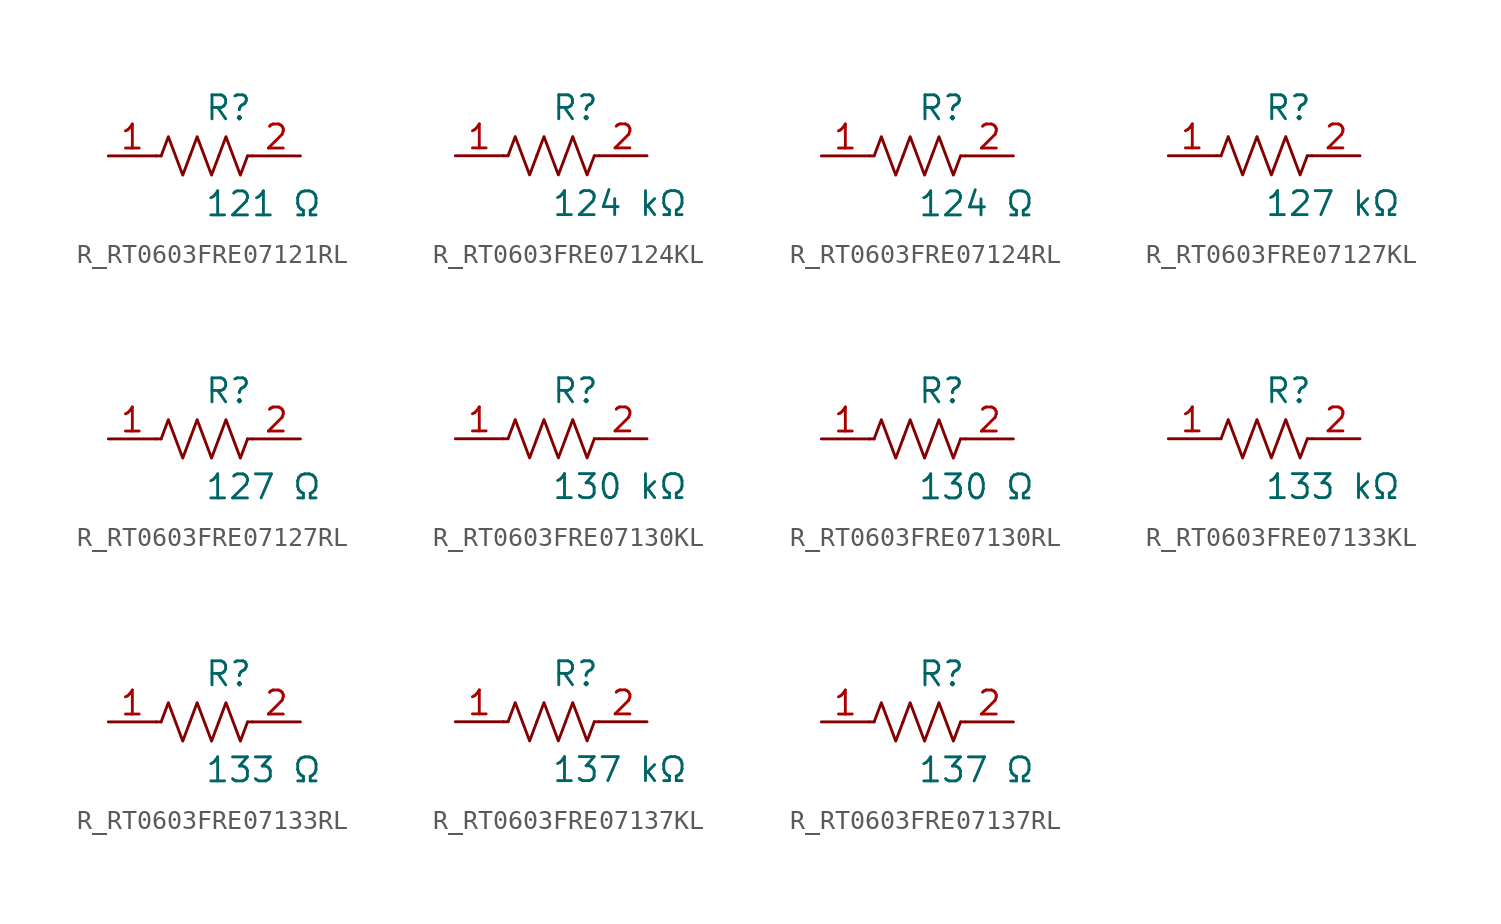
<source format=kicad_sym>
(kicad_symbol_lib
  (version 20231120)
  (generator kicad_symbol_editor)
  (generator_version 8.0)
  (symbol "R_RT0603FRE07121RL"
    (pin_names
      (offset 0.254))
    (property "Reference" "R"
      (at 0.0 2.54 0)
      (effects (font (size 1.27 1.27)) (justify left)))
    (property "Value" "121 Ω"
      (at 0.0 -2.54 0)
      (effects (font (size 1.27 1.27)) (justify left)))
    (symbol "R_RT0603FRE07121RL_0_1"
      (polyline (pts (xy 2.286 0) (xy 2.54 0)) (stroke (width 0) (type default)) (fill (type none)))
      (polyline (pts (xy -2.286 0) (xy -2.54 0)) (stroke (width 0) (type default)) (fill (type none)))
      (polyline (pts (xy 0.762 0) (xy 1.143 1.016) (xy 1.524 0) (xy 1.905 -1.016) (xy 2.286 0)) (stroke (width 0) (type default)) (fill (type none)))
      (polyline (pts (xy -0.762 0) (xy -0.381 1.016) (xy 0 0) (xy 0.381 -1.016) (xy 0.762 0)) (stroke (width 0) (type default)) (fill (type none)))
      (polyline (pts (xy -2.286 0) (xy -1.905 1.016) (xy -1.524 0) (xy -1.143 -1.016) (xy -0.762 0)) (stroke (width 0) (type default)) (fill (type none))))
    (pin unspecified line
      (at -5.08 0 0)
      (length 2.54)
      (name "" (effects (font (size 1.27 1.27))))
      (number "1" (effects (font (size 1.27 1.27)))))
    (pin unspecified line
      (at 5.08 0 180)
      (length 2.54)
      (name "" (effects (font (size 1.27 1.27))))
      (number "2" (effects (font (size 1.27 1.27))))))
  (symbol "R_RT0603FRE07124KL"
    (pin_names
      (offset 0.254))
    (property "Reference" "R"
      (at 0.0 2.54 0)
      (effects (font (size 1.27 1.27)) (justify left)))
    (property "Value" "124 kΩ"
      (at 0.0 -2.54 0)
      (effects (font (size 1.27 1.27)) (justify left)))
    (symbol "R_RT0603FRE07124KL_0_1"
      (polyline (pts (xy 2.286 0) (xy 2.54 0)) (stroke (width 0) (type default)) (fill (type none)))
      (polyline (pts (xy -2.286 0) (xy -2.54 0)) (stroke (width 0) (type default)) (fill (type none)))
      (polyline (pts (xy 0.762 0) (xy 1.143 1.016) (xy 1.524 0) (xy 1.905 -1.016) (xy 2.286 0)) (stroke (width 0) (type default)) (fill (type none)))
      (polyline (pts (xy -0.762 0) (xy -0.381 1.016) (xy 0 0) (xy 0.381 -1.016) (xy 0.762 0)) (stroke (width 0) (type default)) (fill (type none)))
      (polyline (pts (xy -2.286 0) (xy -1.905 1.016) (xy -1.524 0) (xy -1.143 -1.016) (xy -0.762 0)) (stroke (width 0) (type default)) (fill (type none))))
    (pin unspecified line
      (at -5.08 0 0)
      (length 2.54)
      (name "" (effects (font (size 1.27 1.27))))
      (number "1" (effects (font (size 1.27 1.27)))))
    (pin unspecified line
      (at 5.08 0 180)
      (length 2.54)
      (name "" (effects (font (size 1.27 1.27))))
      (number "2" (effects (font (size 1.27 1.27))))))
  (symbol "R_RT0603FRE07124RL"
    (pin_names
      (offset 0.254))
    (property "Reference" "R"
      (at 0.0 2.54 0)
      (effects (font (size 1.27 1.27)) (justify left)))
    (property "Value" "124 Ω"
      (at 0.0 -2.54 0)
      (effects (font (size 1.27 1.27)) (justify left)))
    (symbol "R_RT0603FRE07124RL_0_1"
      (polyline (pts (xy 2.286 0) (xy 2.54 0)) (stroke (width 0) (type default)) (fill (type none)))
      (polyline (pts (xy -2.286 0) (xy -2.54 0)) (stroke (width 0) (type default)) (fill (type none)))
      (polyline (pts (xy 0.762 0) (xy 1.143 1.016) (xy 1.524 0) (xy 1.905 -1.016) (xy 2.286 0)) (stroke (width 0) (type default)) (fill (type none)))
      (polyline (pts (xy -0.762 0) (xy -0.381 1.016) (xy 0 0) (xy 0.381 -1.016) (xy 0.762 0)) (stroke (width 0) (type default)) (fill (type none)))
      (polyline (pts (xy -2.286 0) (xy -1.905 1.016) (xy -1.524 0) (xy -1.143 -1.016) (xy -0.762 0)) (stroke (width 0) (type default)) (fill (type none))))
    (pin unspecified line
      (at -5.08 0 0)
      (length 2.54)
      (name "" (effects (font (size 1.27 1.27))))
      (number "1" (effects (font (size 1.27 1.27)))))
    (pin unspecified line
      (at 5.08 0 180)
      (length 2.54)
      (name "" (effects (font (size 1.27 1.27))))
      (number "2" (effects (font (size 1.27 1.27))))))
  (symbol "R_RT0603FRE07127KL"
    (pin_names
      (offset 0.254))
    (property "Reference" "R"
      (at 0.0 2.54 0)
      (effects (font (size 1.27 1.27)) (justify left)))
    (property "Value" "127 kΩ"
      (at 0.0 -2.54 0)
      (effects (font (size 1.27 1.27)) (justify left)))
    (symbol "R_RT0603FRE07127KL_0_1"
      (polyline (pts (xy 2.286 0) (xy 2.54 0)) (stroke (width 0) (type default)) (fill (type none)))
      (polyline (pts (xy -2.286 0) (xy -2.54 0)) (stroke (width 0) (type default)) (fill (type none)))
      (polyline (pts (xy 0.762 0) (xy 1.143 1.016) (xy 1.524 0) (xy 1.905 -1.016) (xy 2.286 0)) (stroke (width 0) (type default)) (fill (type none)))
      (polyline (pts (xy -0.762 0) (xy -0.381 1.016) (xy 0 0) (xy 0.381 -1.016) (xy 0.762 0)) (stroke (width 0) (type default)) (fill (type none)))
      (polyline (pts (xy -2.286 0) (xy -1.905 1.016) (xy -1.524 0) (xy -1.143 -1.016) (xy -0.762 0)) (stroke (width 0) (type default)) (fill (type none))))
    (pin unspecified line
      (at -5.08 0 0)
      (length 2.54)
      (name "" (effects (font (size 1.27 1.27))))
      (number "1" (effects (font (size 1.27 1.27)))))
    (pin unspecified line
      (at 5.08 0 180)
      (length 2.54)
      (name "" (effects (font (size 1.27 1.27))))
      (number "2" (effects (font (size 1.27 1.27))))))
  (symbol "R_RT0603FRE07127RL"
    (pin_names
      (offset 0.254))
    (property "Reference" "R"
      (at 0.0 2.54 0)
      (effects (font (size 1.27 1.27)) (justify left)))
    (property "Value" "127 Ω"
      (at 0.0 -2.54 0)
      (effects (font (size 1.27 1.27)) (justify left)))
    (symbol "R_RT0603FRE07127RL_0_1"
      (polyline (pts (xy 2.286 0) (xy 2.54 0)) (stroke (width 0) (type default)) (fill (type none)))
      (polyline (pts (xy -2.286 0) (xy -2.54 0)) (stroke (width 0) (type default)) (fill (type none)))
      (polyline (pts (xy 0.762 0) (xy 1.143 1.016) (xy 1.524 0) (xy 1.905 -1.016) (xy 2.286 0)) (stroke (width 0) (type default)) (fill (type none)))
      (polyline (pts (xy -0.762 0) (xy -0.381 1.016) (xy 0 0) (xy 0.381 -1.016) (xy 0.762 0)) (stroke (width 0) (type default)) (fill (type none)))
      (polyline (pts (xy -2.286 0) (xy -1.905 1.016) (xy -1.524 0) (xy -1.143 -1.016) (xy -0.762 0)) (stroke (width 0) (type default)) (fill (type none))))
    (pin unspecified line
      (at -5.08 0 0)
      (length 2.54)
      (name "" (effects (font (size 1.27 1.27))))
      (number "1" (effects (font (size 1.27 1.27)))))
    (pin unspecified line
      (at 5.08 0 180)
      (length 2.54)
      (name "" (effects (font (size 1.27 1.27))))
      (number "2" (effects (font (size 1.27 1.27))))))
  (symbol "R_RT0603FRE07130KL"
    (pin_names
      (offset 0.254))
    (property "Reference" "R"
      (at 0.0 2.54 0)
      (effects (font (size 1.27 1.27)) (justify left)))
    (property "Value" "130 kΩ"
      (at 0.0 -2.54 0)
      (effects (font (size 1.27 1.27)) (justify left)))
    (symbol "R_RT0603FRE07130KL_0_1"
      (polyline (pts (xy 2.286 0) (xy 2.54 0)) (stroke (width 0) (type default)) (fill (type none)))
      (polyline (pts (xy -2.286 0) (xy -2.54 0)) (stroke (width 0) (type default)) (fill (type none)))
      (polyline (pts (xy 0.762 0) (xy 1.143 1.016) (xy 1.524 0) (xy 1.905 -1.016) (xy 2.286 0)) (stroke (width 0) (type default)) (fill (type none)))
      (polyline (pts (xy -0.762 0) (xy -0.381 1.016) (xy 0 0) (xy 0.381 -1.016) (xy 0.762 0)) (stroke (width 0) (type default)) (fill (type none)))
      (polyline (pts (xy -2.286 0) (xy -1.905 1.016) (xy -1.524 0) (xy -1.143 -1.016) (xy -0.762 0)) (stroke (width 0) (type default)) (fill (type none))))
    (pin unspecified line
      (at -5.08 0 0)
      (length 2.54)
      (name "" (effects (font (size 1.27 1.27))))
      (number "1" (effects (font (size 1.27 1.27)))))
    (pin unspecified line
      (at 5.08 0 180)
      (length 2.54)
      (name "" (effects (font (size 1.27 1.27))))
      (number "2" (effects (font (size 1.27 1.27))))))
  (symbol "R_RT0603FRE07130RL"
    (pin_names
      (offset 0.254))
    (property "Reference" "R"
      (at 0.0 2.54 0)
      (effects (font (size 1.27 1.27)) (justify left)))
    (property "Value" "130 Ω"
      (at 0.0 -2.54 0)
      (effects (font (size 1.27 1.27)) (justify left)))
    (symbol "R_RT0603FRE07130RL_0_1"
      (polyline (pts (xy 2.286 0) (xy 2.54 0)) (stroke (width 0) (type default)) (fill (type none)))
      (polyline (pts (xy -2.286 0) (xy -2.54 0)) (stroke (width 0) (type default)) (fill (type none)))
      (polyline (pts (xy 0.762 0) (xy 1.143 1.016) (xy 1.524 0) (xy 1.905 -1.016) (xy 2.286 0)) (stroke (width 0) (type default)) (fill (type none)))
      (polyline (pts (xy -0.762 0) (xy -0.381 1.016) (xy 0 0) (xy 0.381 -1.016) (xy 0.762 0)) (stroke (width 0) (type default)) (fill (type none)))
      (polyline (pts (xy -2.286 0) (xy -1.905 1.016) (xy -1.524 0) (xy -1.143 -1.016) (xy -0.762 0)) (stroke (width 0) (type default)) (fill (type none))))
    (pin unspecified line
      (at -5.08 0 0)
      (length 2.54)
      (name "" (effects (font (size 1.27 1.27))))
      (number "1" (effects (font (size 1.27 1.27)))))
    (pin unspecified line
      (at 5.08 0 180)
      (length 2.54)
      (name "" (effects (font (size 1.27 1.27))))
      (number "2" (effects (font (size 1.27 1.27))))))
  (symbol "R_RT0603FRE07133KL"
    (pin_names
      (offset 0.254))
    (property "Reference" "R"
      (at 0.0 2.54 0)
      (effects (font (size 1.27 1.27)) (justify left)))
    (property "Value" "133 kΩ"
      (at 0.0 -2.54 0)
      (effects (font (size 1.27 1.27)) (justify left)))
    (symbol "R_RT0603FRE07133KL_0_1"
      (polyline (pts (xy 2.286 0) (xy 2.54 0)) (stroke (width 0) (type default)) (fill (type none)))
      (polyline (pts (xy -2.286 0) (xy -2.54 0)) (stroke (width 0) (type default)) (fill (type none)))
      (polyline (pts (xy 0.762 0) (xy 1.143 1.016) (xy 1.524 0) (xy 1.905 -1.016) (xy 2.286 0)) (stroke (width 0) (type default)) (fill (type none)))
      (polyline (pts (xy -0.762 0) (xy -0.381 1.016) (xy 0 0) (xy 0.381 -1.016) (xy 0.762 0)) (stroke (width 0) (type default)) (fill (type none)))
      (polyline (pts (xy -2.286 0) (xy -1.905 1.016) (xy -1.524 0) (xy -1.143 -1.016) (xy -0.762 0)) (stroke (width 0) (type default)) (fill (type none))))
    (pin unspecified line
      (at -5.08 0 0)
      (length 2.54)
      (name "" (effects (font (size 1.27 1.27))))
      (number "1" (effects (font (size 1.27 1.27)))))
    (pin unspecified line
      (at 5.08 0 180)
      (length 2.54)
      (name "" (effects (font (size 1.27 1.27))))
      (number "2" (effects (font (size 1.27 1.27))))))
  (symbol "R_RT0603FRE07133RL"
    (pin_names
      (offset 0.254))
    (property "Reference" "R"
      (at 0.0 2.54 0)
      (effects (font (size 1.27 1.27)) (justify left)))
    (property "Value" "133 Ω"
      (at 0.0 -2.54 0)
      (effects (font (size 1.27 1.27)) (justify left)))
    (symbol "R_RT0603FRE07133RL_0_1"
      (polyline (pts (xy 2.286 0) (xy 2.54 0)) (stroke (width 0) (type default)) (fill (type none)))
      (polyline (pts (xy -2.286 0) (xy -2.54 0)) (stroke (width 0) (type default)) (fill (type none)))
      (polyline (pts (xy 0.762 0) (xy 1.143 1.016) (xy 1.524 0) (xy 1.905 -1.016) (xy 2.286 0)) (stroke (width 0) (type default)) (fill (type none)))
      (polyline (pts (xy -0.762 0) (xy -0.381 1.016) (xy 0 0) (xy 0.381 -1.016) (xy 0.762 0)) (stroke (width 0) (type default)) (fill (type none)))
      (polyline (pts (xy -2.286 0) (xy -1.905 1.016) (xy -1.524 0) (xy -1.143 -1.016) (xy -0.762 0)) (stroke (width 0) (type default)) (fill (type none))))
    (pin unspecified line
      (at -5.08 0 0)
      (length 2.54)
      (name "" (effects (font (size 1.27 1.27))))
      (number "1" (effects (font (size 1.27 1.27)))))
    (pin unspecified line
      (at 5.08 0 180)
      (length 2.54)
      (name "" (effects (font (size 1.27 1.27))))
      (number "2" (effects (font (size 1.27 1.27))))))
  (symbol "R_RT0603FRE07137KL"
    (pin_names
      (offset 0.254))
    (property "Reference" "R"
      (at 0.0 2.54 0)
      (effects (font (size 1.27 1.27)) (justify left)))
    (property "Value" "137 kΩ"
      (at 0.0 -2.54 0)
      (effects (font (size 1.27 1.27)) (justify left)))
    (symbol "R_RT0603FRE07137KL_0_1"
      (polyline (pts (xy 2.286 0) (xy 2.54 0)) (stroke (width 0) (type default)) (fill (type none)))
      (polyline (pts (xy -2.286 0) (xy -2.54 0)) (stroke (width 0) (type default)) (fill (type none)))
      (polyline (pts (xy 0.762 0) (xy 1.143 1.016) (xy 1.524 0) (xy 1.905 -1.016) (xy 2.286 0)) (stroke (width 0) (type default)) (fill (type none)))
      (polyline (pts (xy -0.762 0) (xy -0.381 1.016) (xy 0 0) (xy 0.381 -1.016) (xy 0.762 0)) (stroke (width 0) (type default)) (fill (type none)))
      (polyline (pts (xy -2.286 0) (xy -1.905 1.016) (xy -1.524 0) (xy -1.143 -1.016) (xy -0.762 0)) (stroke (width 0) (type default)) (fill (type none))))
    (pin unspecified line
      (at -5.08 0 0)
      (length 2.54)
      (name "" (effects (font (size 1.27 1.27))))
      (number "1" (effects (font (size 1.27 1.27)))))
    (pin unspecified line
      (at 5.08 0 180)
      (length 2.54)
      (name "" (effects (font (size 1.27 1.27))))
      (number "2" (effects (font (size 1.27 1.27))))))
  (symbol "R_RT0603FRE07137RL"
    (pin_names
      (offset 0.254))
    (property "Reference" "R"
      (at 0.0 2.54 0)
      (effects (font (size 1.27 1.27)) (justify left)))
    (property "Value" "137 Ω"
      (at 0.0 -2.54 0)
      (effects (font (size 1.27 1.27)) (justify left)))
    (symbol "R_RT0603FRE07137RL_0_1"
      (polyline (pts (xy 2.286 0) (xy 2.54 0)) (stroke (width 0) (type default)) (fill (type none)))
      (polyline (pts (xy -2.286 0) (xy -2.54 0)) (stroke (width 0) (type default)) (fill (type none)))
      (polyline (pts (xy 0.762 0) (xy 1.143 1.016) (xy 1.524 0) (xy 1.905 -1.016) (xy 2.286 0)) (stroke (width 0) (type default)) (fill (type none)))
      (polyline (pts (xy -0.762 0) (xy -0.381 1.016) (xy 0 0) (xy 0.381 -1.016) (xy 0.762 0)) (stroke (width 0) (type default)) (fill (type none)))
      (polyline (pts (xy -2.286 0) (xy -1.905 1.016) (xy -1.524 0) (xy -1.143 -1.016) (xy -0.762 0)) (stroke (width 0) (type default)) (fill (type none))))
    (pin unspecified line
      (at -5.08 0 0)
      (length 2.54)
      (name "" (effects (font (size 1.27 1.27))))
      (number "1" (effects (font (size 1.27 1.27)))))
    (pin unspecified line
      (at 5.08 0 180)
      (length 2.54)
      (name "" (effects (font (size 1.27 1.27))))
      (number "2" (effects (font (size 1.27 1.27)))))))
</source>
